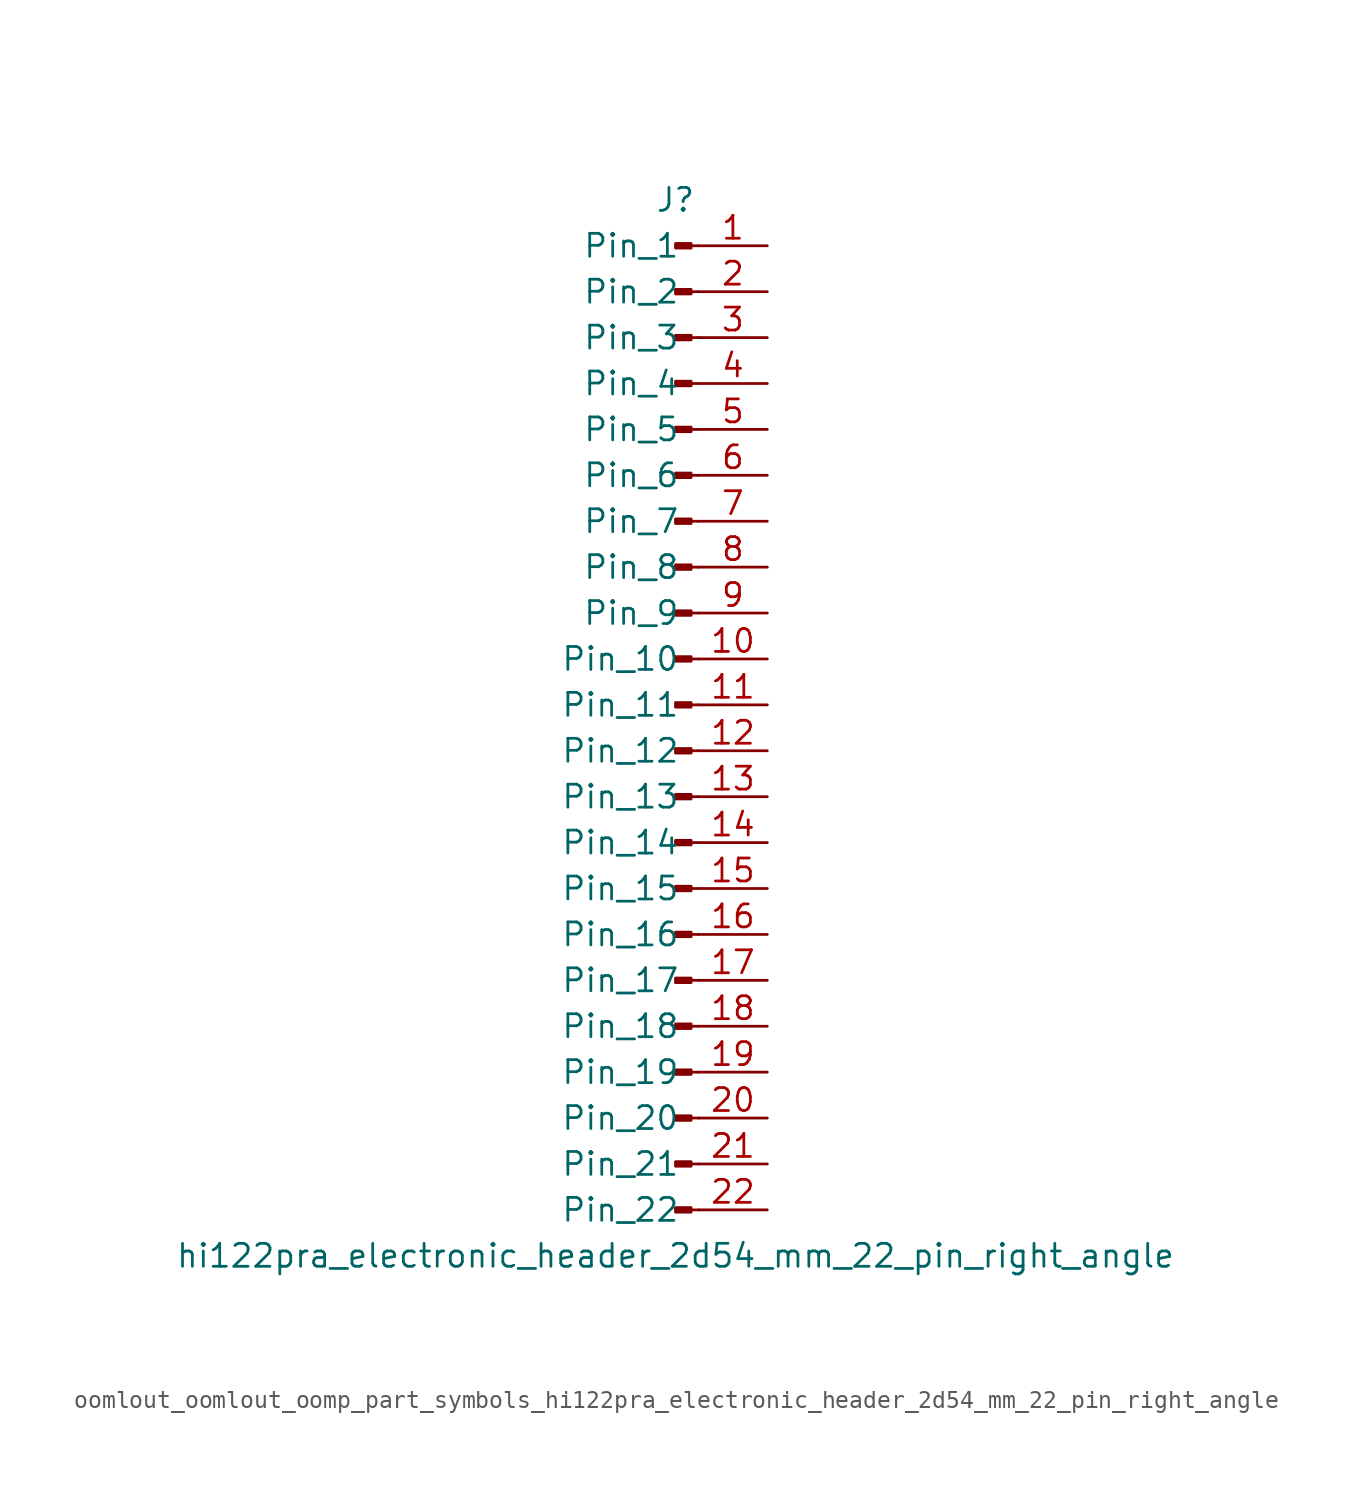
<source format=kicad_sym>
(kicad_symbol_lib
  (version 20220914)
  (generator kicad_symbol_editor)
  (symbol "oomlout_oomlout_oomp_part_symbols_hi122pra_electronic_header_2d54_mm_22_pin_right_angle"
    (pin_names
      (offset 1.016))
    (property "Reference" "J"
      (at 0 27.94 0)
      (effects (font (size 1.27 1.27))))
    (property "Value" "hi122pra_electronic_header_2d54_mm_22_pin_right_angle"
      (at 0 -30.48 0)
      (effects (font (size 1.27 1.27))))
    (property "ki_locked" ""
      (at 0 0 0)
      (effects (font (size 1.27 1.27))))
    (symbol "oomlout_oomlout_oomp_part_symbols_hi122pra_electronic_header_2d54_mm_22_pin_right_angle_1_1"
      (polyline (pts (xy 1.27 -27.94) (xy 0.864 -27.94)) (stroke (width 0.152) (type default)) (fill (type none)))
      (polyline (pts (xy 1.27 -25.4) (xy 0.864 -25.4)) (stroke (width 0.152) (type default)) (fill (type none)))
      (polyline (pts (xy 1.27 -22.86) (xy 0.864 -22.86)) (stroke (width 0.152) (type default)) (fill (type none)))
      (polyline (pts (xy 1.27 -20.32) (xy 0.864 -20.32)) (stroke (width 0.152) (type default)) (fill (type none)))
      (polyline (pts (xy 1.27 -17.78) (xy 0.864 -17.78)) (stroke (width 0.152) (type default)) (fill (type none)))
      (polyline (pts (xy 1.27 -15.24) (xy 0.864 -15.24)) (stroke (width 0.152) (type default)) (fill (type none)))
      (polyline (pts (xy 1.27 -12.7) (xy 0.864 -12.7)) (stroke (width 0.152) (type default)) (fill (type none)))
      (polyline (pts (xy 1.27 -10.16) (xy 0.864 -10.16)) (stroke (width 0.152) (type default)) (fill (type none)))
      (polyline (pts (xy 1.27 -7.62) (xy 0.864 -7.62)) (stroke (width 0.152) (type default)) (fill (type none)))
      (polyline (pts (xy 1.27 -5.08) (xy 0.864 -5.08)) (stroke (width 0.152) (type default)) (fill (type none)))
      (polyline (pts (xy 1.27 -2.54) (xy 0.864 -2.54)) (stroke (width 0.152) (type default)) (fill (type none)))
      (polyline (pts (xy 1.27 0) (xy 0.864 0)) (stroke (width 0.152) (type default)) (fill (type none)))
      (polyline (pts (xy 1.27 2.54) (xy 0.864 2.54)) (stroke (width 0.152) (type default)) (fill (type none)))
      (polyline (pts (xy 1.27 5.08) (xy 0.864 5.08)) (stroke (width 0.152) (type default)) (fill (type none)))
      (polyline (pts (xy 1.27 7.62) (xy 0.864 7.62)) (stroke (width 0.152) (type default)) (fill (type none)))
      (polyline (pts (xy 1.27 10.16) (xy 0.864 10.16)) (stroke (width 0.152) (type default)) (fill (type none)))
      (polyline (pts (xy 1.27 12.7) (xy 0.864 12.7)) (stroke (width 0.152) (type default)) (fill (type none)))
      (polyline (pts (xy 1.27 15.24) (xy 0.864 15.24)) (stroke (width 0.152) (type default)) (fill (type none)))
      (polyline (pts (xy 1.27 17.78) (xy 0.864 17.78)) (stroke (width 0.152) (type default)) (fill (type none)))
      (polyline (pts (xy 1.27 20.32) (xy 0.864 20.32)) (stroke (width 0.152) (type default)) (fill (type none)))
      (polyline (pts (xy 1.27 22.86) (xy 0.864 22.86)) (stroke (width 0.152) (type default)) (fill (type none)))
      (polyline (pts (xy 1.27 25.4) (xy 0.864 25.4)) (stroke (width 0.152) (type default)) (fill (type none)))
      (rectangle (start 0.864 -27.813) (end 0 -28.067) (stroke (width 0.152) (type default)) (fill (type outline)))
      (rectangle (start 0.864 -25.273) (end 0 -25.527) (stroke (width 0.152) (type default)) (fill (type outline)))
      (rectangle (start 0.864 -22.733) (end 0 -22.987) (stroke (width 0.152) (type default)) (fill (type outline)))
      (rectangle (start 0.864 -20.193) (end 0 -20.447) (stroke (width 0.152) (type default)) (fill (type outline)))
      (rectangle (start 0.864 -17.653) (end 0 -17.907) (stroke (width 0.152) (type default)) (fill (type outline)))
      (rectangle (start 0.864 -15.113) (end 0 -15.367) (stroke (width 0.152) (type default)) (fill (type outline)))
      (rectangle (start 0.864 -12.573) (end 0 -12.827) (stroke (width 0.152) (type default)) (fill (type outline)))
      (rectangle (start 0.864 -10.033) (end 0 -10.287) (stroke (width 0.152) (type default)) (fill (type outline)))
      (rectangle (start 0.864 -7.493) (end 0 -7.747) (stroke (width 0.152) (type default)) (fill (type outline)))
      (rectangle (start 0.864 -4.953) (end 0 -5.207) (stroke (width 0.152) (type default)) (fill (type outline)))
      (rectangle (start 0.864 -2.413) (end 0 -2.667) (stroke (width 0.152) (type default)) (fill (type outline)))
      (rectangle (start 0.864 0.127) (end 0 -0.127) (stroke (width 0.152) (type default)) (fill (type outline)))
      (rectangle (start 0.864 2.667) (end 0 2.413) (stroke (width 0.152) (type default)) (fill (type outline)))
      (rectangle (start 0.864 5.207) (end 0 4.953) (stroke (width 0.152) (type default)) (fill (type outline)))
      (rectangle (start 0.864 7.747) (end 0 7.493) (stroke (width 0.152) (type default)) (fill (type outline)))
      (rectangle (start 0.864 10.287) (end 0 10.033) (stroke (width 0.152) (type default)) (fill (type outline)))
      (rectangle (start 0.864 12.827) (end 0 12.573) (stroke (width 0.152) (type default)) (fill (type outline)))
      (rectangle (start 0.864 15.367) (end 0 15.113) (stroke (width 0.152) (type default)) (fill (type outline)))
      (rectangle (start 0.864 17.907) (end 0 17.653) (stroke (width 0.152) (type default)) (fill (type outline)))
      (rectangle (start 0.864 20.447) (end 0 20.193) (stroke (width 0.152) (type default)) (fill (type outline)))
      (rectangle (start 0.864 22.987) (end 0 22.733) (stroke (width 0.152) (type default)) (fill (type outline)))
      (rectangle (start 0.864 25.527) (end 0 25.273) (stroke (width 0.152) (type default)) (fill (type outline)))
      (pin passive line (at 5.08 25.4 180) (length 3.81) (name "Pin_1" (effects (font (size 1.27 1.27)))) (number "1" (effects (font (size 1.27 1.27)))))
      (pin passive line (at 5.08 2.54 180) (length 3.81) (name "Pin_10" (effects (font (size 1.27 1.27)))) (number "10" (effects (font (size 1.27 1.27)))))
      (pin passive line (at 5.08 0 180) (length 3.81) (name "Pin_11" (effects (font (size 1.27 1.27)))) (number "11" (effects (font (size 1.27 1.27)))))
      (pin passive line (at 5.08 -2.54 180) (length 3.81) (name "Pin_12" (effects (font (size 1.27 1.27)))) (number "12" (effects (font (size 1.27 1.27)))))
      (pin passive line (at 5.08 -5.08 180) (length 3.81) (name "Pin_13" (effects (font (size 1.27 1.27)))) (number "13" (effects (font (size 1.27 1.27)))))
      (pin passive line (at 5.08 -7.62 180) (length 3.81) (name "Pin_14" (effects (font (size 1.27 1.27)))) (number "14" (effects (font (size 1.27 1.27)))))
      (pin passive line (at 5.08 -10.16 180) (length 3.81) (name "Pin_15" (effects (font (size 1.27 1.27)))) (number "15" (effects (font (size 1.27 1.27)))))
      (pin passive line (at 5.08 -12.7 180) (length 3.81) (name "Pin_16" (effects (font (size 1.27 1.27)))) (number "16" (effects (font (size 1.27 1.27)))))
      (pin passive line (at 5.08 -15.24 180) (length 3.81) (name "Pin_17" (effects (font (size 1.27 1.27)))) (number "17" (effects (font (size 1.27 1.27)))))
      (pin passive line (at 5.08 -17.78 180) (length 3.81) (name "Pin_18" (effects (font (size 1.27 1.27)))) (number "18" (effects (font (size 1.27 1.27)))))
      (pin passive line (at 5.08 -20.32 180) (length 3.81) (name "Pin_19" (effects (font (size 1.27 1.27)))) (number "19" (effects (font (size 1.27 1.27)))))
      (pin passive line (at 5.08 22.86 180) (length 3.81) (name "Pin_2" (effects (font (size 1.27 1.27)))) (number "2" (effects (font (size 1.27 1.27)))))
      (pin passive line (at 5.08 -22.86 180) (length 3.81) (name "Pin_20" (effects (font (size 1.27 1.27)))) (number "20" (effects (font (size 1.27 1.27)))))
      (pin passive line (at 5.08 -25.4 180) (length 3.81) (name "Pin_21" (effects (font (size 1.27 1.27)))) (number "21" (effects (font (size 1.27 1.27)))))
      (pin passive line (at 5.08 -27.94 180) (length 3.81) (name "Pin_22" (effects (font (size 1.27 1.27)))) (number "22" (effects (font (size 1.27 1.27)))))
      (pin passive line (at 5.08 20.32 180) (length 3.81) (name "Pin_3" (effects (font (size 1.27 1.27)))) (number "3" (effects (font (size 1.27 1.27)))))
      (pin passive line (at 5.08 17.78 180) (length 3.81) (name "Pin_4" (effects (font (size 1.27 1.27)))) (number "4" (effects (font (size 1.27 1.27)))))
      (pin passive line (at 5.08 15.24 180) (length 3.81) (name "Pin_5" (effects (font (size 1.27 1.27)))) (number "5" (effects (font (size 1.27 1.27)))))
      (pin passive line (at 5.08 12.7 180) (length 3.81) (name "Pin_6" (effects (font (size 1.27 1.27)))) (number "6" (effects (font (size 1.27 1.27)))))
      (pin passive line (at 5.08 10.16 180) (length 3.81) (name "Pin_7" (effects (font (size 1.27 1.27)))) (number "7" (effects (font (size 1.27 1.27)))))
      (pin passive line (at 5.08 7.62 180) (length 3.81) (name "Pin_8" (effects (font (size 1.27 1.27)))) (number "8" (effects (font (size 1.27 1.27)))))
      (pin passive line (at 5.08 5.08 180) (length 3.81) (name "Pin_9" (effects (font (size 1.27 1.27)))) (number "9" (effects (font (size 1.27 1.27))))))))
</source>
